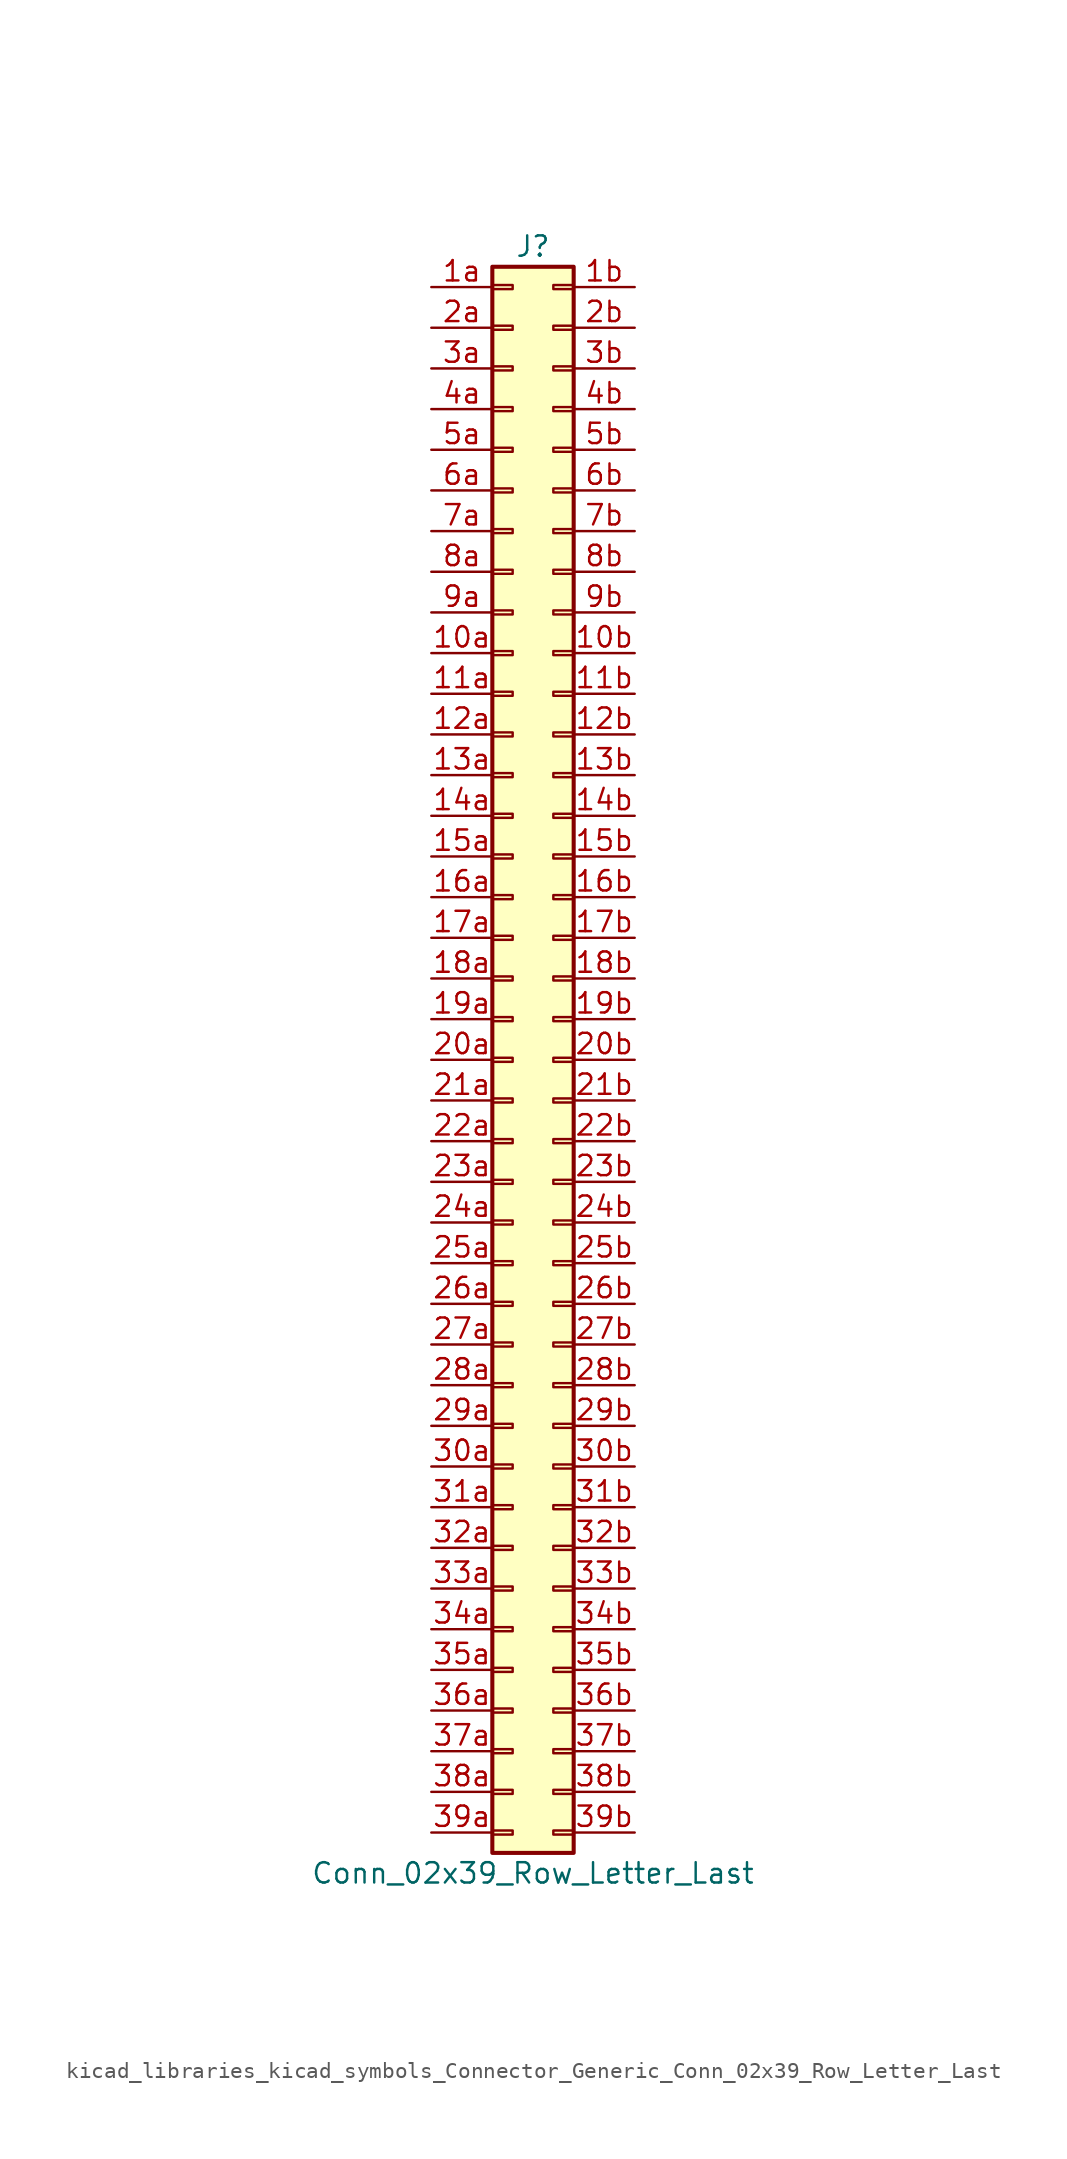
<source format=kicad_sym>
(kicad_symbol_lib
  (version 20220914)
  (generator kicad_symbol_editor)
  (symbol "kicad_libraries_kicad_symbols_Connector_Generic_Conn_02x39_Row_Letter_Last"
    (pin_names
      (offset 1.016) hide)
    (property "Reference" "J"
      (at 1.27 50.8 0)
      (effects (font (size 1.27 1.27))))
    (property "Value" "Conn_02x39_Row_Letter_Last"
      (at 1.27 -50.8 0)
      (effects (font (size 1.27 1.27))))
    (symbol "kicad_libraries_kicad_symbols_Connector_Generic_Conn_02x39_Row_Letter_Last_1_1"
      (rectangle (start -1.27 -48.133) (end 0 -48.387) (stroke (width 0.152) (type default)) (fill (type none)))
      (rectangle (start -1.27 -45.593) (end 0 -45.847) (stroke (width 0.152) (type default)) (fill (type none)))
      (rectangle (start -1.27 -43.053) (end 0 -43.307) (stroke (width 0.152) (type default)) (fill (type none)))
      (rectangle (start -1.27 -40.513) (end 0 -40.767) (stroke (width 0.152) (type default)) (fill (type none)))
      (rectangle (start -1.27 -37.973) (end 0 -38.227) (stroke (width 0.152) (type default)) (fill (type none)))
      (rectangle (start -1.27 -35.433) (end 0 -35.687) (stroke (width 0.152) (type default)) (fill (type none)))
      (rectangle (start -1.27 -32.893) (end 0 -33.147) (stroke (width 0.152) (type default)) (fill (type none)))
      (rectangle (start -1.27 -30.353) (end 0 -30.607) (stroke (width 0.152) (type default)) (fill (type none)))
      (rectangle (start -1.27 -27.813) (end 0 -28.067) (stroke (width 0.152) (type default)) (fill (type none)))
      (rectangle (start -1.27 -25.273) (end 0 -25.527) (stroke (width 0.152) (type default)) (fill (type none)))
      (rectangle (start -1.27 -22.733) (end 0 -22.987) (stroke (width 0.152) (type default)) (fill (type none)))
      (rectangle (start -1.27 -20.193) (end 0 -20.447) (stroke (width 0.152) (type default)) (fill (type none)))
      (rectangle (start -1.27 -17.653) (end 0 -17.907) (stroke (width 0.152) (type default)) (fill (type none)))
      (rectangle (start -1.27 -15.113) (end 0 -15.367) (stroke (width 0.152) (type default)) (fill (type none)))
      (rectangle (start -1.27 -12.573) (end 0 -12.827) (stroke (width 0.152) (type default)) (fill (type none)))
      (rectangle (start -1.27 -10.033) (end 0 -10.287) (stroke (width 0.152) (type default)) (fill (type none)))
      (rectangle (start -1.27 -7.493) (end 0 -7.747) (stroke (width 0.152) (type default)) (fill (type none)))
      (rectangle (start -1.27 -4.953) (end 0 -5.207) (stroke (width 0.152) (type default)) (fill (type none)))
      (rectangle (start -1.27 -2.413) (end 0 -2.667) (stroke (width 0.152) (type default)) (fill (type none)))
      (rectangle (start -1.27 0.127) (end 0 -0.127) (stroke (width 0.152) (type default)) (fill (type none)))
      (rectangle (start -1.27 2.667) (end 0 2.413) (stroke (width 0.152) (type default)) (fill (type none)))
      (rectangle (start -1.27 5.207) (end 0 4.953) (stroke (width 0.152) (type default)) (fill (type none)))
      (rectangle (start -1.27 7.747) (end 0 7.493) (stroke (width 0.152) (type default)) (fill (type none)))
      (rectangle (start -1.27 10.287) (end 0 10.033) (stroke (width 0.152) (type default)) (fill (type none)))
      (rectangle (start -1.27 12.827) (end 0 12.573) (stroke (width 0.152) (type default)) (fill (type none)))
      (rectangle (start -1.27 15.367) (end 0 15.113) (stroke (width 0.152) (type default)) (fill (type none)))
      (rectangle (start -1.27 17.907) (end 0 17.653) (stroke (width 0.152) (type default)) (fill (type none)))
      (rectangle (start -1.27 20.447) (end 0 20.193) (stroke (width 0.152) (type default)) (fill (type none)))
      (rectangle (start -1.27 22.987) (end 0 22.733) (stroke (width 0.152) (type default)) (fill (type none)))
      (rectangle (start -1.27 25.527) (end 0 25.273) (stroke (width 0.152) (type default)) (fill (type none)))
      (rectangle (start -1.27 28.067) (end 0 27.813) (stroke (width 0.152) (type default)) (fill (type none)))
      (rectangle (start -1.27 30.607) (end 0 30.353) (stroke (width 0.152) (type default)) (fill (type none)))
      (rectangle (start -1.27 33.147) (end 0 32.893) (stroke (width 0.152) (type default)) (fill (type none)))
      (rectangle (start -1.27 35.687) (end 0 35.433) (stroke (width 0.152) (type default)) (fill (type none)))
      (rectangle (start -1.27 38.227) (end 0 37.973) (stroke (width 0.152) (type default)) (fill (type none)))
      (rectangle (start -1.27 40.767) (end 0 40.513) (stroke (width 0.152) (type default)) (fill (type none)))
      (rectangle (start -1.27 43.307) (end 0 43.053) (stroke (width 0.152) (type default)) (fill (type none)))
      (rectangle (start -1.27 45.847) (end 0 45.593) (stroke (width 0.152) (type default)) (fill (type none)))
      (rectangle (start -1.27 48.387) (end 0 48.133) (stroke (width 0.152) (type default)) (fill (type none)))
      (rectangle (start -1.27 49.53) (end 3.81 -49.53) (stroke (width 0.254) (type default)) (fill (type background)))
      (rectangle (start 3.81 -48.133) (end 2.54 -48.387) (stroke (width 0.152) (type default)) (fill (type none)))
      (rectangle (start 3.81 -45.593) (end 2.54 -45.847) (stroke (width 0.152) (type default)) (fill (type none)))
      (rectangle (start 3.81 -43.053) (end 2.54 -43.307) (stroke (width 0.152) (type default)) (fill (type none)))
      (rectangle (start 3.81 -40.513) (end 2.54 -40.767) (stroke (width 0.152) (type default)) (fill (type none)))
      (rectangle (start 3.81 -37.973) (end 2.54 -38.227) (stroke (width 0.152) (type default)) (fill (type none)))
      (rectangle (start 3.81 -35.433) (end 2.54 -35.687) (stroke (width 0.152) (type default)) (fill (type none)))
      (rectangle (start 3.81 -32.893) (end 2.54 -33.147) (stroke (width 0.152) (type default)) (fill (type none)))
      (rectangle (start 3.81 -30.353) (end 2.54 -30.607) (stroke (width 0.152) (type default)) (fill (type none)))
      (rectangle (start 3.81 -27.813) (end 2.54 -28.067) (stroke (width 0.152) (type default)) (fill (type none)))
      (rectangle (start 3.81 -25.273) (end 2.54 -25.527) (stroke (width 0.152) (type default)) (fill (type none)))
      (rectangle (start 3.81 -22.733) (end 2.54 -22.987) (stroke (width 0.152) (type default)) (fill (type none)))
      (rectangle (start 3.81 -20.193) (end 2.54 -20.447) (stroke (width 0.152) (type default)) (fill (type none)))
      (rectangle (start 3.81 -17.653) (end 2.54 -17.907) (stroke (width 0.152) (type default)) (fill (type none)))
      (rectangle (start 3.81 -15.113) (end 2.54 -15.367) (stroke (width 0.152) (type default)) (fill (type none)))
      (rectangle (start 3.81 -12.573) (end 2.54 -12.827) (stroke (width 0.152) (type default)) (fill (type none)))
      (rectangle (start 3.81 -10.033) (end 2.54 -10.287) (stroke (width 0.152) (type default)) (fill (type none)))
      (rectangle (start 3.81 -7.493) (end 2.54 -7.747) (stroke (width 0.152) (type default)) (fill (type none)))
      (rectangle (start 3.81 -4.953) (end 2.54 -5.207) (stroke (width 0.152) (type default)) (fill (type none)))
      (rectangle (start 3.81 -2.413) (end 2.54 -2.667) (stroke (width 0.152) (type default)) (fill (type none)))
      (rectangle (start 3.81 0.127) (end 2.54 -0.127) (stroke (width 0.152) (type default)) (fill (type none)))
      (rectangle (start 3.81 2.667) (end 2.54 2.413) (stroke (width 0.152) (type default)) (fill (type none)))
      (rectangle (start 3.81 5.207) (end 2.54 4.953) (stroke (width 0.152) (type default)) (fill (type none)))
      (rectangle (start 3.81 7.747) (end 2.54 7.493) (stroke (width 0.152) (type default)) (fill (type none)))
      (rectangle (start 3.81 10.287) (end 2.54 10.033) (stroke (width 0.152) (type default)) (fill (type none)))
      (rectangle (start 3.81 12.827) (end 2.54 12.573) (stroke (width 0.152) (type default)) (fill (type none)))
      (rectangle (start 3.81 15.367) (end 2.54 15.113) (stroke (width 0.152) (type default)) (fill (type none)))
      (rectangle (start 3.81 17.907) (end 2.54 17.653) (stroke (width 0.152) (type default)) (fill (type none)))
      (rectangle (start 3.81 20.447) (end 2.54 20.193) (stroke (width 0.152) (type default)) (fill (type none)))
      (rectangle (start 3.81 22.987) (end 2.54 22.733) (stroke (width 0.152) (type default)) (fill (type none)))
      (rectangle (start 3.81 25.527) (end 2.54 25.273) (stroke (width 0.152) (type default)) (fill (type none)))
      (rectangle (start 3.81 28.067) (end 2.54 27.813) (stroke (width 0.152) (type default)) (fill (type none)))
      (rectangle (start 3.81 30.607) (end 2.54 30.353) (stroke (width 0.152) (type default)) (fill (type none)))
      (rectangle (start 3.81 33.147) (end 2.54 32.893) (stroke (width 0.152) (type default)) (fill (type none)))
      (rectangle (start 3.81 35.687) (end 2.54 35.433) (stroke (width 0.152) (type default)) (fill (type none)))
      (rectangle (start 3.81 38.227) (end 2.54 37.973) (stroke (width 0.152) (type default)) (fill (type none)))
      (rectangle (start 3.81 40.767) (end 2.54 40.513) (stroke (width 0.152) (type default)) (fill (type none)))
      (rectangle (start 3.81 43.307) (end 2.54 43.053) (stroke (width 0.152) (type default)) (fill (type none)))
      (rectangle (start 3.81 45.847) (end 2.54 45.593) (stroke (width 0.152) (type default)) (fill (type none)))
      (rectangle (start 3.81 48.387) (end 2.54 48.133) (stroke (width 0.152) (type default)) (fill (type none)))
      (pin passive line (at -5.08 25.4 0) (length 3.81) (name "Pin_10a" (effects (font (size 1.27 1.27)))) (number "10a" (effects (font (size 1.27 1.27)))))
      (pin passive line (at 7.62 25.4 180) (length 3.81) (name "Pin_10b" (effects (font (size 1.27 1.27)))) (number "10b" (effects (font (size 1.27 1.27)))))
      (pin passive line (at -5.08 22.86 0) (length 3.81) (name "Pin_11a" (effects (font (size 1.27 1.27)))) (number "11a" (effects (font (size 1.27 1.27)))))
      (pin passive line (at 7.62 22.86 180) (length 3.81) (name "Pin_11b" (effects (font (size 1.27 1.27)))) (number "11b" (effects (font (size 1.27 1.27)))))
      (pin passive line (at -5.08 20.32 0) (length 3.81) (name "Pin_12a" (effects (font (size 1.27 1.27)))) (number "12a" (effects (font (size 1.27 1.27)))))
      (pin passive line (at 7.62 20.32 180) (length 3.81) (name "Pin_12b" (effects (font (size 1.27 1.27)))) (number "12b" (effects (font (size 1.27 1.27)))))
      (pin passive line (at -5.08 17.78 0) (length 3.81) (name "Pin_13a" (effects (font (size 1.27 1.27)))) (number "13a" (effects (font (size 1.27 1.27)))))
      (pin passive line (at 7.62 17.78 180) (length 3.81) (name "Pin_13b" (effects (font (size 1.27 1.27)))) (number "13b" (effects (font (size 1.27 1.27)))))
      (pin passive line (at -5.08 15.24 0) (length 3.81) (name "Pin_14a" (effects (font (size 1.27 1.27)))) (number "14a" (effects (font (size 1.27 1.27)))))
      (pin passive line (at 7.62 15.24 180) (length 3.81) (name "Pin_14b" (effects (font (size 1.27 1.27)))) (number "14b" (effects (font (size 1.27 1.27)))))
      (pin passive line (at -5.08 12.7 0) (length 3.81) (name "Pin_15a" (effects (font (size 1.27 1.27)))) (number "15a" (effects (font (size 1.27 1.27)))))
      (pin passive line (at 7.62 12.7 180) (length 3.81) (name "Pin_15b" (effects (font (size 1.27 1.27)))) (number "15b" (effects (font (size 1.27 1.27)))))
      (pin passive line (at -5.08 10.16 0) (length 3.81) (name "Pin_16a" (effects (font (size 1.27 1.27)))) (number "16a" (effects (font (size 1.27 1.27)))))
      (pin passive line (at 7.62 10.16 180) (length 3.81) (name "Pin_16b" (effects (font (size 1.27 1.27)))) (number "16b" (effects (font (size 1.27 1.27)))))
      (pin passive line (at -5.08 7.62 0) (length 3.81) (name "Pin_17a" (effects (font (size 1.27 1.27)))) (number "17a" (effects (font (size 1.27 1.27)))))
      (pin passive line (at 7.62 7.62 180) (length 3.81) (name "Pin_17b" (effects (font (size 1.27 1.27)))) (number "17b" (effects (font (size 1.27 1.27)))))
      (pin passive line (at -5.08 5.08 0) (length 3.81) (name "Pin_18a" (effects (font (size 1.27 1.27)))) (number "18a" (effects (font (size 1.27 1.27)))))
      (pin passive line (at 7.62 5.08 180) (length 3.81) (name "Pin_18b" (effects (font (size 1.27 1.27)))) (number "18b" (effects (font (size 1.27 1.27)))))
      (pin passive line (at -5.08 2.54 0) (length 3.81) (name "Pin_19a" (effects (font (size 1.27 1.27)))) (number "19a" (effects (font (size 1.27 1.27)))))
      (pin passive line (at 7.62 2.54 180) (length 3.81) (name "Pin_19b" (effects (font (size 1.27 1.27)))) (number "19b" (effects (font (size 1.27 1.27)))))
      (pin passive line (at -5.08 48.26 0) (length 3.81) (name "Pin_1a" (effects (font (size 1.27 1.27)))) (number "1a" (effects (font (size 1.27 1.27)))))
      (pin passive line (at 7.62 48.26 180) (length 3.81) (name "Pin_1b" (effects (font (size 1.27 1.27)))) (number "1b" (effects (font (size 1.27 1.27)))))
      (pin passive line (at -5.08 0 0) (length 3.81) (name "Pin_20a" (effects (font (size 1.27 1.27)))) (number "20a" (effects (font (size 1.27 1.27)))))
      (pin passive line (at 7.62 0 180) (length 3.81) (name "Pin_20b" (effects (font (size 1.27 1.27)))) (number "20b" (effects (font (size 1.27 1.27)))))
      (pin passive line (at -5.08 -2.54 0) (length 3.81) (name "Pin_21a" (effects (font (size 1.27 1.27)))) (number "21a" (effects (font (size 1.27 1.27)))))
      (pin passive line (at 7.62 -2.54 180) (length 3.81) (name "Pin_21b" (effects (font (size 1.27 1.27)))) (number "21b" (effects (font (size 1.27 1.27)))))
      (pin passive line (at -5.08 -5.08 0) (length 3.81) (name "Pin_22a" (effects (font (size 1.27 1.27)))) (number "22a" (effects (font (size 1.27 1.27)))))
      (pin passive line (at 7.62 -5.08 180) (length 3.81) (name "Pin_22b" (effects (font (size 1.27 1.27)))) (number "22b" (effects (font (size 1.27 1.27)))))
      (pin passive line (at -5.08 -7.62 0) (length 3.81) (name "Pin_23a" (effects (font (size 1.27 1.27)))) (number "23a" (effects (font (size 1.27 1.27)))))
      (pin passive line (at 7.62 -7.62 180) (length 3.81) (name "Pin_23b" (effects (font (size 1.27 1.27)))) (number "23b" (effects (font (size 1.27 1.27)))))
      (pin passive line (at -5.08 -10.16 0) (length 3.81) (name "Pin_24a" (effects (font (size 1.27 1.27)))) (number "24a" (effects (font (size 1.27 1.27)))))
      (pin passive line (at 7.62 -10.16 180) (length 3.81) (name "Pin_24b" (effects (font (size 1.27 1.27)))) (number "24b" (effects (font (size 1.27 1.27)))))
      (pin passive line (at -5.08 -12.7 0) (length 3.81) (name "Pin_25a" (effects (font (size 1.27 1.27)))) (number "25a" (effects (font (size 1.27 1.27)))))
      (pin passive line (at 7.62 -12.7 180) (length 3.81) (name "Pin_25b" (effects (font (size 1.27 1.27)))) (number "25b" (effects (font (size 1.27 1.27)))))
      (pin passive line (at -5.08 -15.24 0) (length 3.81) (name "Pin_26a" (effects (font (size 1.27 1.27)))) (number "26a" (effects (font (size 1.27 1.27)))))
      (pin passive line (at 7.62 -15.24 180) (length 3.81) (name "Pin_26b" (effects (font (size 1.27 1.27)))) (number "26b" (effects (font (size 1.27 1.27)))))
      (pin passive line (at -5.08 -17.78 0) (length 3.81) (name "Pin_27a" (effects (font (size 1.27 1.27)))) (number "27a" (effects (font (size 1.27 1.27)))))
      (pin passive line (at 7.62 -17.78 180) (length 3.81) (name "Pin_27b" (effects (font (size 1.27 1.27)))) (number "27b" (effects (font (size 1.27 1.27)))))
      (pin passive line (at -5.08 -20.32 0) (length 3.81) (name "Pin_28a" (effects (font (size 1.27 1.27)))) (number "28a" (effects (font (size 1.27 1.27)))))
      (pin passive line (at 7.62 -20.32 180) (length 3.81) (name "Pin_28b" (effects (font (size 1.27 1.27)))) (number "28b" (effects (font (size 1.27 1.27)))))
      (pin passive line (at -5.08 -22.86 0) (length 3.81) (name "Pin_29a" (effects (font (size 1.27 1.27)))) (number "29a" (effects (font (size 1.27 1.27)))))
      (pin passive line (at 7.62 -22.86 180) (length 3.81) (name "Pin_29b" (effects (font (size 1.27 1.27)))) (number "29b" (effects (font (size 1.27 1.27)))))
      (pin passive line (at -5.08 45.72 0) (length 3.81) (name "Pin_2a" (effects (font (size 1.27 1.27)))) (number "2a" (effects (font (size 1.27 1.27)))))
      (pin passive line (at 7.62 45.72 180) (length 3.81) (name "Pin_2b" (effects (font (size 1.27 1.27)))) (number "2b" (effects (font (size 1.27 1.27)))))
      (pin passive line (at -5.08 -25.4 0) (length 3.81) (name "Pin_30a" (effects (font (size 1.27 1.27)))) (number "30a" (effects (font (size 1.27 1.27)))))
      (pin passive line (at 7.62 -25.4 180) (length 3.81) (name "Pin_30b" (effects (font (size 1.27 1.27)))) (number "30b" (effects (font (size 1.27 1.27)))))
      (pin passive line (at -5.08 -27.94 0) (length 3.81) (name "Pin_31a" (effects (font (size 1.27 1.27)))) (number "31a" (effects (font (size 1.27 1.27)))))
      (pin passive line (at 7.62 -27.94 180) (length 3.81) (name "Pin_31b" (effects (font (size 1.27 1.27)))) (number "31b" (effects (font (size 1.27 1.27)))))
      (pin passive line (at -5.08 -30.48 0) (length 3.81) (name "Pin_32a" (effects (font (size 1.27 1.27)))) (number "32a" (effects (font (size 1.27 1.27)))))
      (pin passive line (at 7.62 -30.48 180) (length 3.81) (name "Pin_32b" (effects (font (size 1.27 1.27)))) (number "32b" (effects (font (size 1.27 1.27)))))
      (pin passive line (at -5.08 -33.02 0) (length 3.81) (name "Pin_33a" (effects (font (size 1.27 1.27)))) (number "33a" (effects (font (size 1.27 1.27)))))
      (pin passive line (at 7.62 -33.02 180) (length 3.81) (name "Pin_33b" (effects (font (size 1.27 1.27)))) (number "33b" (effects (font (size 1.27 1.27)))))
      (pin passive line (at -5.08 -35.56 0) (length 3.81) (name "Pin_34a" (effects (font (size 1.27 1.27)))) (number "34a" (effects (font (size 1.27 1.27)))))
      (pin passive line (at 7.62 -35.56 180) (length 3.81) (name "Pin_34b" (effects (font (size 1.27 1.27)))) (number "34b" (effects (font (size 1.27 1.27)))))
      (pin passive line (at -5.08 -38.1 0) (length 3.81) (name "Pin_35a" (effects (font (size 1.27 1.27)))) (number "35a" (effects (font (size 1.27 1.27)))))
      (pin passive line (at 7.62 -38.1 180) (length 3.81) (name "Pin_35b" (effects (font (size 1.27 1.27)))) (number "35b" (effects (font (size 1.27 1.27)))))
      (pin passive line (at -5.08 -40.64 0) (length 3.81) (name "Pin_36a" (effects (font (size 1.27 1.27)))) (number "36a" (effects (font (size 1.27 1.27)))))
      (pin passive line (at 7.62 -40.64 180) (length 3.81) (name "Pin_36b" (effects (font (size 1.27 1.27)))) (number "36b" (effects (font (size 1.27 1.27)))))
      (pin passive line (at -5.08 -43.18 0) (length 3.81) (name "Pin_37a" (effects (font (size 1.27 1.27)))) (number "37a" (effects (font (size 1.27 1.27)))))
      (pin passive line (at 7.62 -43.18 180) (length 3.81) (name "Pin_37b" (effects (font (size 1.27 1.27)))) (number "37b" (effects (font (size 1.27 1.27)))))
      (pin passive line (at -5.08 -45.72 0) (length 3.81) (name "Pin_38a" (effects (font (size 1.27 1.27)))) (number "38a" (effects (font (size 1.27 1.27)))))
      (pin passive line (at 7.62 -45.72 180) (length 3.81) (name "Pin_38b" (effects (font (size 1.27 1.27)))) (number "38b" (effects (font (size 1.27 1.27)))))
      (pin passive line (at -5.08 -48.26 0) (length 3.81) (name "Pin_39a" (effects (font (size 1.27 1.27)))) (number "39a" (effects (font (size 1.27 1.27)))))
      (pin passive line (at 7.62 -48.26 180) (length 3.81) (name "Pin_39b" (effects (font (size 1.27 1.27)))) (number "39b" (effects (font (size 1.27 1.27)))))
      (pin passive line (at -5.08 43.18 0) (length 3.81) (name "Pin_3a" (effects (font (size 1.27 1.27)))) (number "3a" (effects (font (size 1.27 1.27)))))
      (pin passive line (at 7.62 43.18 180) (length 3.81) (name "Pin_3b" (effects (font (size 1.27 1.27)))) (number "3b" (effects (font (size 1.27 1.27)))))
      (pin passive line (at -5.08 40.64 0) (length 3.81) (name "Pin_4a" (effects (font (size 1.27 1.27)))) (number "4a" (effects (font (size 1.27 1.27)))))
      (pin passive line (at 7.62 40.64 180) (length 3.81) (name "Pin_4b" (effects (font (size 1.27 1.27)))) (number "4b" (effects (font (size 1.27 1.27)))))
      (pin passive line (at -5.08 38.1 0) (length 3.81) (name "Pin_5a" (effects (font (size 1.27 1.27)))) (number "5a" (effects (font (size 1.27 1.27)))))
      (pin passive line (at 7.62 38.1 180) (length 3.81) (name "Pin_5b" (effects (font (size 1.27 1.27)))) (number "5b" (effects (font (size 1.27 1.27)))))
      (pin passive line (at -5.08 35.56 0) (length 3.81) (name "Pin_6a" (effects (font (size 1.27 1.27)))) (number "6a" (effects (font (size 1.27 1.27)))))
      (pin passive line (at 7.62 35.56 180) (length 3.81) (name "Pin_6b" (effects (font (size 1.27 1.27)))) (number "6b" (effects (font (size 1.27 1.27)))))
      (pin passive line (at -5.08 33.02 0) (length 3.81) (name "Pin_7a" (effects (font (size 1.27 1.27)))) (number "7a" (effects (font (size 1.27 1.27)))))
      (pin passive line (at 7.62 33.02 180) (length 3.81) (name "Pin_7b" (effects (font (size 1.27 1.27)))) (number "7b" (effects (font (size 1.27 1.27)))))
      (pin passive line (at -5.08 30.48 0) (length 3.81) (name "Pin_8a" (effects (font (size 1.27 1.27)))) (number "8a" (effects (font (size 1.27 1.27)))))
      (pin passive line (at 7.62 30.48 180) (length 3.81) (name "Pin_8b" (effects (font (size 1.27 1.27)))) (number "8b" (effects (font (size 1.27 1.27)))))
      (pin passive line (at -5.08 27.94 0) (length 3.81) (name "Pin_9a" (effects (font (size 1.27 1.27)))) (number "9a" (effects (font (size 1.27 1.27)))))
      (pin passive line (at 7.62 27.94 180) (length 3.81) (name "Pin_9b" (effects (font (size 1.27 1.27)))) (number "9b" (effects (font (size 1.27 1.27))))))))
</source>
